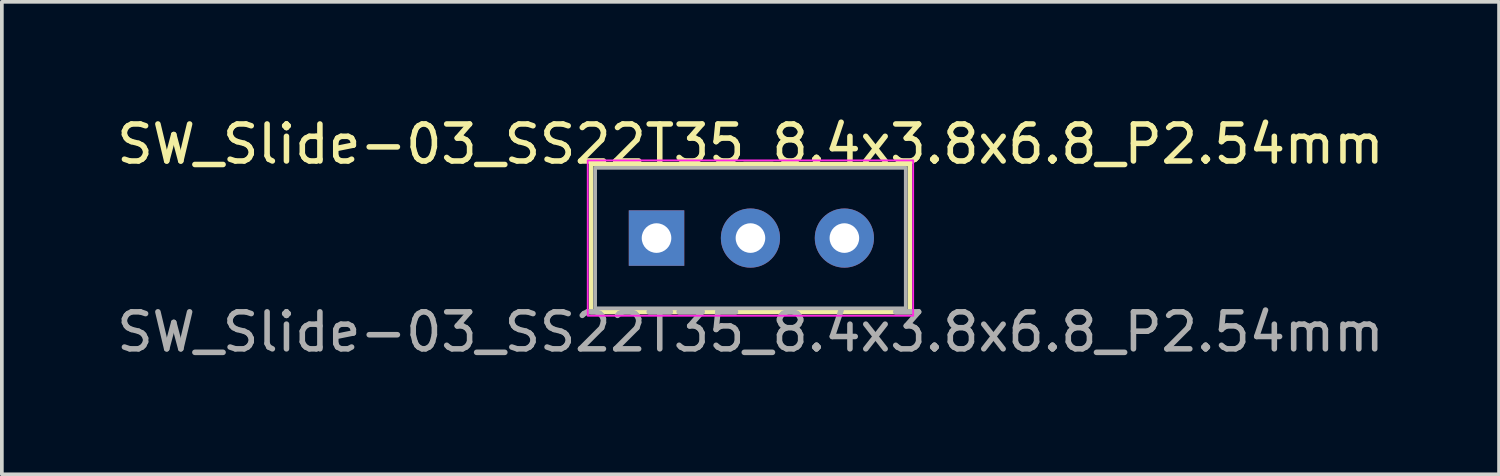
<source format=kicad_pcb>
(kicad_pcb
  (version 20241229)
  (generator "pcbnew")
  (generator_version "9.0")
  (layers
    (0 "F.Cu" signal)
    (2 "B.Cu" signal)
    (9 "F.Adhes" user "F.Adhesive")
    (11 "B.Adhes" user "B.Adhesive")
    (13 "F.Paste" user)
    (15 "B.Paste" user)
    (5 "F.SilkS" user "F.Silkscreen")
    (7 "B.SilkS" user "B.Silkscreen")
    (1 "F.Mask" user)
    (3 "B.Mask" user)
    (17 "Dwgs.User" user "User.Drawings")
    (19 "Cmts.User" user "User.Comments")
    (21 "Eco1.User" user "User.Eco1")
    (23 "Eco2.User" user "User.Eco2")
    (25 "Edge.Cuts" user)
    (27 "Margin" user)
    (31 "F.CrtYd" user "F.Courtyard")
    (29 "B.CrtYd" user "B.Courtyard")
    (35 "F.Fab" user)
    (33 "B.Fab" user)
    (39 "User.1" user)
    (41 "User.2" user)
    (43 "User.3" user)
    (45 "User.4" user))
  (footprint "SW_Slide-03_SS22T35_8.4x3.8x6.8_P2.54mm"
    (layer "F.Cu")
    (at 17.244 3.388)
    (property "Reference" "SW_Slide-03_SS22T35_8.4x3.8x6.8_P2.54mm" (at 0 -2.54 0) (layer "F.SilkS") (effects (font (size 1 1) (thickness 0.15))))
    (attr through_hole)
    (fp_rect (start -4.31 -2) (end 4.31 2) (stroke (width 0.12) (type solid)) (fill no) (layer "F.SilkS"))
    (fp_rect (start -4.4 -2.1) (end 4.4 2.1) (stroke (width 0.05) (type solid)) (fill no) (layer "F.CrtYd"))
    (fp_rect (start -4.2 -1.9) (end 4.2 1.9) (stroke (width 0.1) (type solid)) (fill no) (layer "F.Fab"))
    (fp_text user "${REFERENCE}" (at 0 2.54 0) (layer "F.Fab") (effects (font (size 1 1) (thickness 0.15))))
    (pad "1" thru_hole rect (at -2.54 0) (size 1.5 1.5) (drill 0.8) (layers "*.Cu" "*.Mask"))
    (pad "2" thru_hole circle (at 0 0) (size 1.6 1.6) (drill 0.8) (layers "*.Cu" "*.Mask"))
    (pad "3" thru_hole circle (at 2.54 0) (size 1.6 1.6) (drill 0.8) (layers "*.Cu" "*.Mask")))
  (gr_rect
    (start -3 -3)
    (end 37.488 9.777)
    (stroke (width 0.1) (type default))
    (fill no)
    (layer "Edge.Cuts")))
</source>
